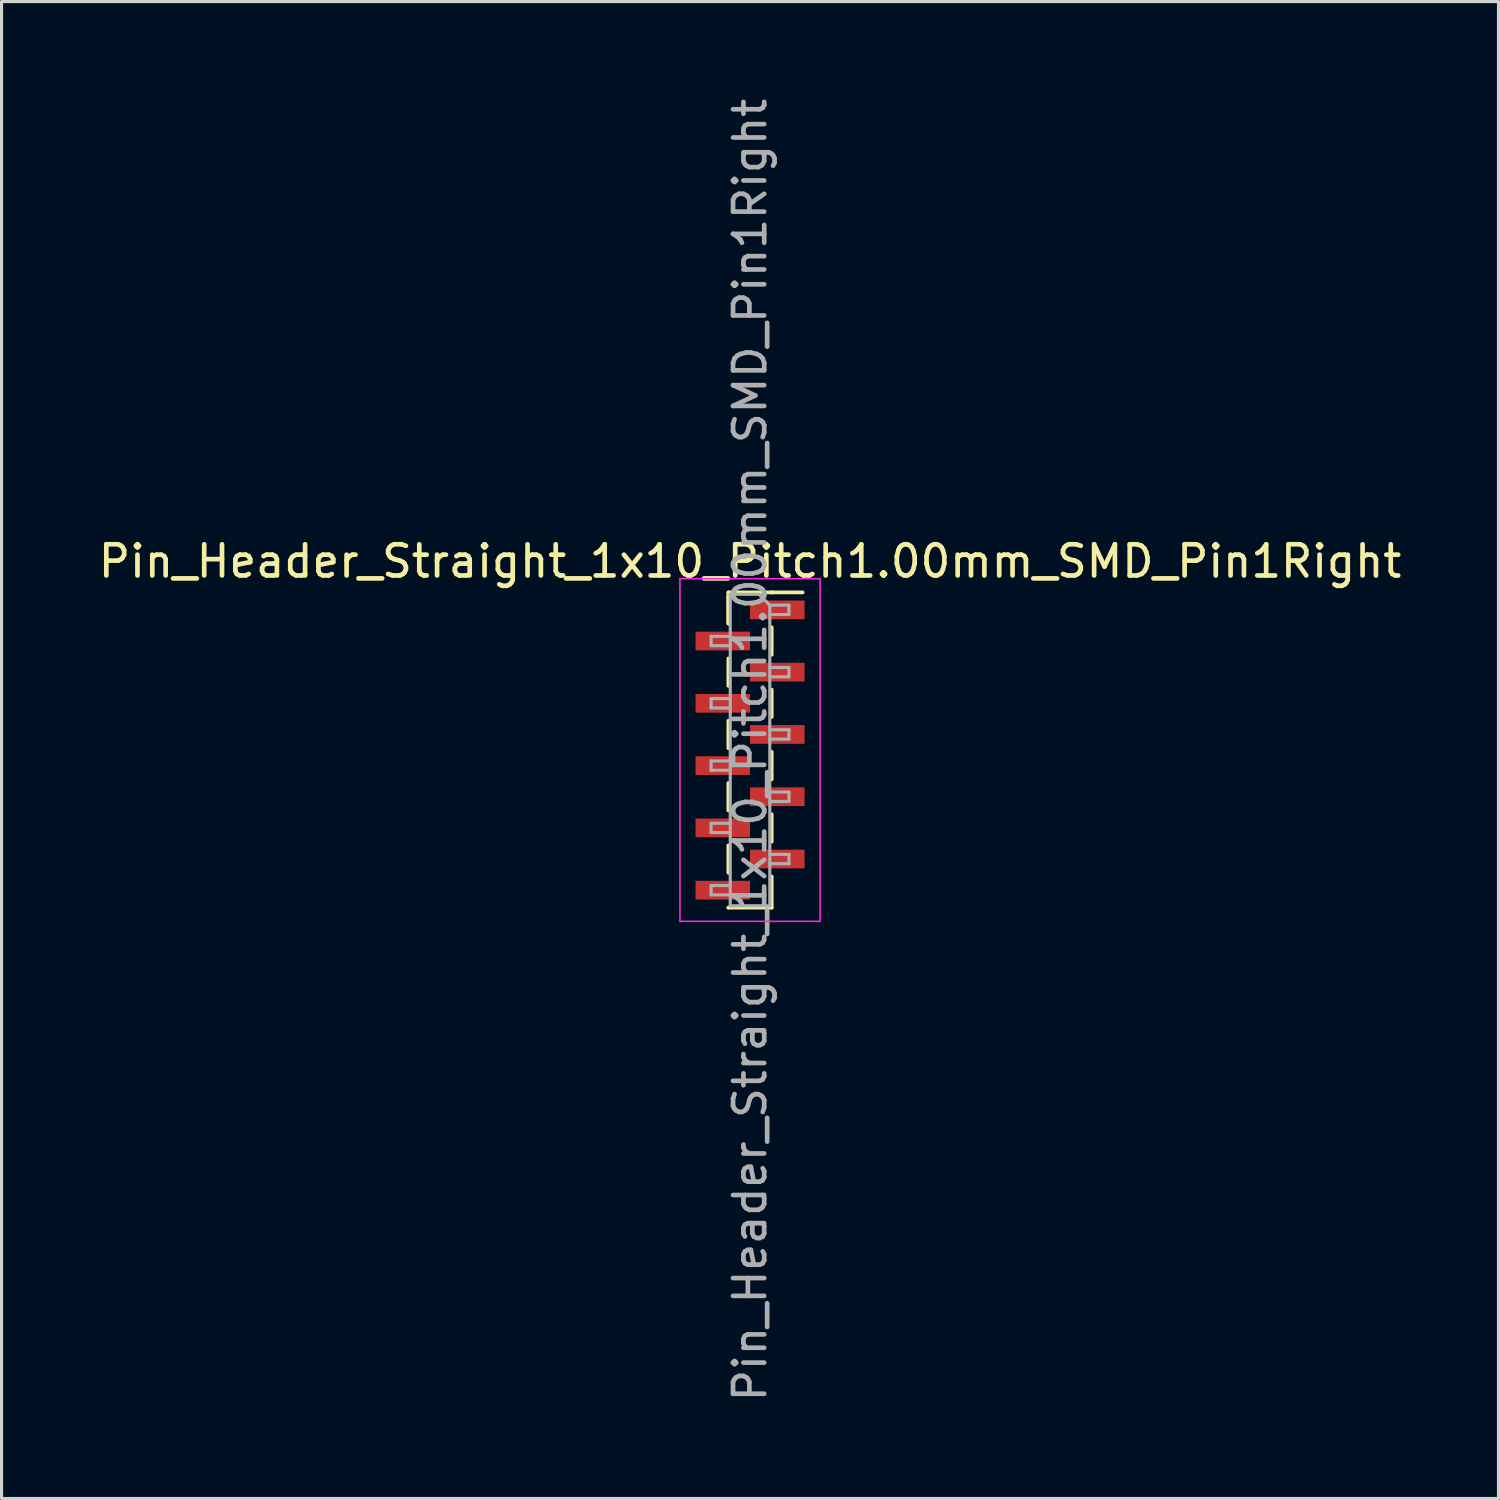
<source format=kicad_pcb>
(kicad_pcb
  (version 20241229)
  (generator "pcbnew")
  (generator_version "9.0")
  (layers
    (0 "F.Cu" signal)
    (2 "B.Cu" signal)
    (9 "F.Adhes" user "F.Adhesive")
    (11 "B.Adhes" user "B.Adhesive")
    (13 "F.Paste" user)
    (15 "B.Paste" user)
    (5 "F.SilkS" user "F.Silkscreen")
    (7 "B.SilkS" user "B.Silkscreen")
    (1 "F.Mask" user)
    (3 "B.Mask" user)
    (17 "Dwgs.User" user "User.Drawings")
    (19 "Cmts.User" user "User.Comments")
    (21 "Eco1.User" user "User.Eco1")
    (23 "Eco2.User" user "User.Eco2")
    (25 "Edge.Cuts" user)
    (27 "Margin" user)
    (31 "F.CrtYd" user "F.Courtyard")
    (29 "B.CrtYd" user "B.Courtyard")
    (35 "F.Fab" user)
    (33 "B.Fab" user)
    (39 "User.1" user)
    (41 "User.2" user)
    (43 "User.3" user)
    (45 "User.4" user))
  (footprint "Pin_Header_Straight_1x10_Pitch1.00mm_SMD_Pin1Right"
    (layer "F.Cu")
    (at 21.03 21.03)
    (property "Reference" "Pin_Header_Straight_1x10_Pitch1.00mm_SMD_Pin1Right" (at 0 -6.06 0) (layer "F.SilkS") (effects (font (size 1 1) (thickness 0.15))))
    (attr smd)
    (fp_line (start -0.695 -5.06) (end -0.695 -4.06) (stroke (width 0.12) (type solid)) (layer "F.SilkS"))
    (fp_line (start -0.695 -5.06) (end 0.695 -5.06) (stroke (width 0.12) (type solid)) (layer "F.SilkS"))
    (fp_line (start -0.695 -4.94) (end -0.695 -4.06) (stroke (width 0.12) (type solid)) (layer "F.SilkS"))
    (fp_line (start -0.695 -2.94) (end -0.695 -2.06) (stroke (width 0.12) (type solid)) (layer "F.SilkS"))
    (fp_line (start -0.695 -0.94) (end -0.695 -0.06) (stroke (width 0.12) (type solid)) (layer "F.SilkS"))
    (fp_line (start -0.695 1.06) (end -0.695 1.94) (stroke (width 0.12) (type solid)) (layer "F.SilkS"))
    (fp_line (start -0.695 3.06) (end -0.695 3.94) (stroke (width 0.12) (type solid)) (layer "F.SilkS"))
    (fp_line (start -0.695 5.06) (end -0.695 5.06) (stroke (width 0.12) (type solid)) (layer "F.SilkS"))
    (fp_line (start -0.695 5.06) (end 0.695 5.06) (stroke (width 0.12) (type solid)) (layer "F.SilkS"))
    (fp_line (start 0.695 -5.06) (end 0.695 -5.06) (stroke (width 0.12) (type solid)) (layer "F.SilkS"))
    (fp_line (start 0.695 -5.06) (end 1.69 -5.06) (stroke (width 0.12) (type solid)) (layer "F.SilkS"))
    (fp_line (start 0.695 -3.94) (end 0.695 -3.06) (stroke (width 0.12) (type solid)) (layer "F.SilkS"))
    (fp_line (start 0.695 -1.94) (end 0.695 -1.06) (stroke (width 0.12) (type solid)) (layer "F.SilkS"))
    (fp_line (start 0.695 0.06) (end 0.695 0.94) (stroke (width 0.12) (type solid)) (layer "F.SilkS"))
    (fp_line (start 0.695 2.06) (end 0.695 2.94) (stroke (width 0.12) (type solid)) (layer "F.SilkS"))
    (fp_line (start 0.695 4.06) (end 0.695 5.06) (stroke (width 0.12) (type solid)) (layer "F.SilkS"))
    (fp_line (start -2.25 -5.5) (end -2.25 5.5) (stroke (width 0.05) (type solid)) (layer "F.CrtYd"))
    (fp_line (start -2.25 5.5) (end 2.25 5.5) (stroke (width 0.05) (type solid)) (layer "F.CrtYd"))
    (fp_line (start 2.25 -5.5) (end -2.25 -5.5) (stroke (width 0.05) (type solid)) (layer "F.CrtYd"))
    (fp_line (start 2.25 5.5) (end 2.25 -5.5) (stroke (width 0.05) (type solid)) (layer "F.CrtYd"))
    (fp_line (start -1.25 -3.65) (end -1.25 -3.35) (stroke (width 0.1) (type solid)) (layer "F.Fab"))
    (fp_line (start -1.25 -3.35) (end -0.635 -3.35) (stroke (width 0.1) (type solid)) (layer "F.Fab"))
    (fp_line (start -1.25 -1.65) (end -1.25 -1.35) (stroke (width 0.1) (type solid)) (layer "F.Fab"))
    (fp_line (start -1.25 -1.35) (end -0.635 -1.35) (stroke (width 0.1) (type solid)) (layer "F.Fab"))
    (fp_line (start -1.25 0.35) (end -1.25 0.65) (stroke (width 0.1) (type solid)) (layer "F.Fab"))
    (fp_line (start -1.25 0.65) (end -0.635 0.65) (stroke (width 0.1) (type solid)) (layer "F.Fab"))
    (fp_line (start -1.25 2.35) (end -1.25 2.65) (stroke (width 0.1) (type solid)) (layer "F.Fab"))
    (fp_line (start -1.25 2.65) (end -0.635 2.65) (stroke (width 0.1) (type solid)) (layer "F.Fab"))
    (fp_line (start -1.25 4.35) (end -1.25 4.65) (stroke (width 0.1) (type solid)) (layer "F.Fab"))
    (fp_line (start -1.25 4.65) (end -0.635 4.65) (stroke (width 0.1) (type solid)) (layer "F.Fab"))
    (fp_line (start -0.635 -5) (end -0.635 5) (stroke (width 0.1) (type solid)) (layer "F.Fab"))
    (fp_line (start -0.635 -5) (end 0.285 -5) (stroke (width 0.1) (type solid)) (layer "F.Fab"))
    (fp_line (start -0.635 -3.65) (end -1.25 -3.65) (stroke (width 0.1) (type solid)) (layer "F.Fab"))
    (fp_line (start -0.635 -1.65) (end -1.25 -1.65) (stroke (width 0.1) (type solid)) (layer "F.Fab"))
    (fp_line (start -0.635 0.35) (end -1.25 0.35) (stroke (width 0.1) (type solid)) (layer "F.Fab"))
    (fp_line (start -0.635 2.35) (end -1.25 2.35) (stroke (width 0.1) (type solid)) (layer "F.Fab"))
    (fp_line (start -0.635 4.35) (end -1.25 4.35) (stroke (width 0.1) (type solid)) (layer "F.Fab"))
    (fp_line (start 0.635 -4.65) (end 0.285 -5) (stroke (width 0.1) (type solid)) (layer "F.Fab"))
    (fp_line (start 0.635 -4.65) (end 1.25 -4.65) (stroke (width 0.1) (type solid)) (layer "F.Fab"))
    (fp_line (start 0.635 -2.65) (end 1.25 -2.65) (stroke (width 0.1) (type solid)) (layer "F.Fab"))
    (fp_line (start 0.635 -0.65) (end 1.25 -0.65) (stroke (width 0.1) (type solid)) (layer "F.Fab"))
    (fp_line (start 0.635 1.35) (end 1.25 1.35) (stroke (width 0.1) (type solid)) (layer "F.Fab"))
    (fp_line (start 0.635 3.35) (end 1.25 3.35) (stroke (width 0.1) (type solid)) (layer "F.Fab"))
    (fp_line (start 0.635 5) (end -0.635 5) (stroke (width 0.1) (type solid)) (layer "F.Fab"))
    (fp_line (start 0.635 5) (end 0.635 -4.65) (stroke (width 0.1) (type solid)) (layer "F.Fab"))
    (fp_line (start 1.25 -4.65) (end 1.25 -4.35) (stroke (width 0.1) (type solid)) (layer "F.Fab"))
    (fp_line (start 1.25 -4.35) (end 0.635 -4.35) (stroke (width 0.1) (type solid)) (layer "F.Fab"))
    (fp_line (start 1.25 -2.65) (end 1.25 -2.35) (stroke (width 0.1) (type solid)) (layer "F.Fab"))
    (fp_line (start 1.25 -2.35) (end 0.635 -2.35) (stroke (width 0.1) (type solid)) (layer "F.Fab"))
    (fp_line (start 1.25 -0.65) (end 1.25 -0.35) (stroke (width 0.1) (type solid)) (layer "F.Fab"))
    (fp_line (start 1.25 -0.35) (end 0.635 -0.35) (stroke (width 0.1) (type solid)) (layer "F.Fab"))
    (fp_line (start 1.25 1.35) (end 1.25 1.65) (stroke (width 0.1) (type solid)) (layer "F.Fab"))
    (fp_line (start 1.25 1.65) (end 0.635 1.65) (stroke (width 0.1) (type solid)) (layer "F.Fab"))
    (fp_line (start 1.25 3.35) (end 1.25 3.65) (stroke (width 0.1) (type solid)) (layer "F.Fab"))
    (fp_line (start 1.25 3.65) (end 0.635 3.65) (stroke (width 0.1) (type solid)) (layer "F.Fab"))
    (fp_text user "${REFERENCE}" (at 0 0 90) (layer "F.Fab") (effects (font (size 1 1) (thickness 0.15))))
    (pad "1" smd rect (at 0.875 -4.5) (size 1.75 0.6) (layers "F.Cu" "F.Mask" "F.Paste"))
    (pad "2" smd rect (at -0.875 -3.5) (size 1.75 0.6) (layers "F.Cu" "F.Mask" "F.Paste"))
    (pad "3" smd rect (at 0.875 -2.5) (size 1.75 0.6) (layers "F.Cu" "F.Mask" "F.Paste"))
    (pad "4" smd rect (at -0.875 -1.5) (size 1.75 0.6) (layers "F.Cu" "F.Mask" "F.Paste"))
    (pad "5" smd rect (at 0.875 -0.5) (size 1.75 0.6) (layers "F.Cu" "F.Mask" "F.Paste"))
    (pad "6" smd rect (at -0.875 0.5) (size 1.75 0.6) (layers "F.Cu" "F.Mask" "F.Paste"))
    (pad "7" smd rect (at 0.875 1.5) (size 1.75 0.6) (layers "F.Cu" "F.Mask" "F.Paste"))
    (pad "8" smd rect (at -0.875 2.5) (size 1.75 0.6) (layers "F.Cu" "F.Mask" "F.Paste"))
    (pad "9" smd rect (at 0.875 3.5) (size 1.75 0.6) (layers "F.Cu" "F.Mask" "F.Paste"))
    (pad "10" smd rect (at -0.875 4.5) (size 1.75 0.6) (layers "F.Cu" "F.Mask" "F.Paste")))
  (gr_rect
    (start -3 -3)
    (end 45.06 45.06)
    (stroke (width 0.1) (type default))
    (fill no)
    (layer "Edge.Cuts")))
</source>
